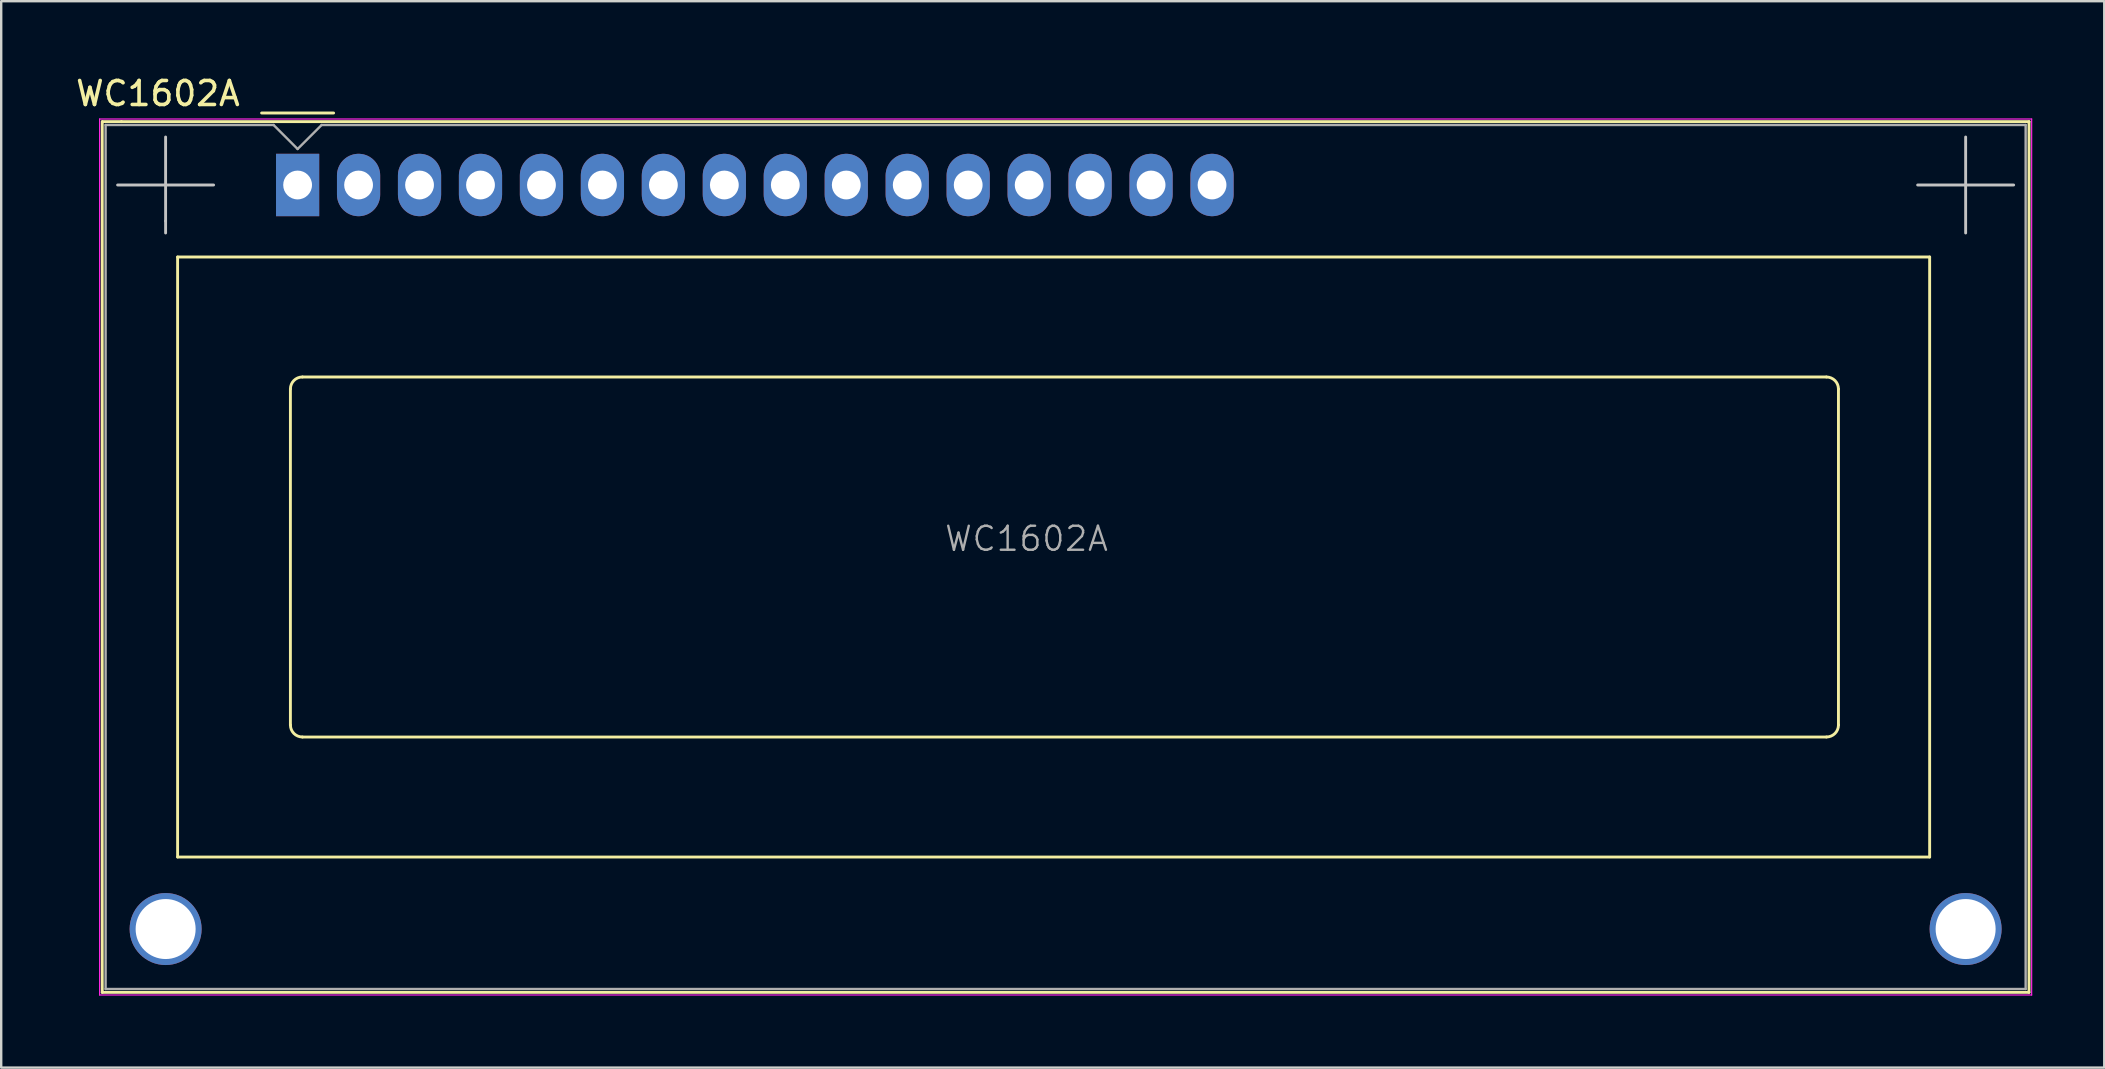
<source format=kicad_pcb>
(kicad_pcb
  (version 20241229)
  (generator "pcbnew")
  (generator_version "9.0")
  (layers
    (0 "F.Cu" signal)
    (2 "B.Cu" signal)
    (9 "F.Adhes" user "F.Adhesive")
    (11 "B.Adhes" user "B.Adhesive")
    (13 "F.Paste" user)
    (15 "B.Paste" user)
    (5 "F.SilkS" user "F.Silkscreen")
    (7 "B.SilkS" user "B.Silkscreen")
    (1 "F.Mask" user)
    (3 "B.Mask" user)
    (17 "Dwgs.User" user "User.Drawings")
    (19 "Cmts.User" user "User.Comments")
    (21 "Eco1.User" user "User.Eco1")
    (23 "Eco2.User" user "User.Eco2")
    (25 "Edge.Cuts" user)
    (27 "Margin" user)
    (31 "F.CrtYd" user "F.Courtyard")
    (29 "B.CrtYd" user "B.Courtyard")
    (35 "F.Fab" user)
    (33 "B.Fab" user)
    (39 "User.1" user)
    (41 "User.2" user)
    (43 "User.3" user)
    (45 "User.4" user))
  (footprint "WC1602A"
    (layer "F.Cu")
    (at 9.35 4.658)
    (property "Reference" "WC1602A" (at -5.82 -3.81 0) (layer "F.SilkS") (effects (font (size 1 1) (thickness 0.15))))
    (attr through_hole)
    (fp_line (start -8.14 -2.64) (end -8.14 33.64) (stroke (width 0.12) (type solid)) (layer "F.SilkS"))
    (fp_line (start -8.14 33.64) (end 72.14 33.64) (stroke (width 0.12) (type solid)) (layer "F.SilkS"))
    (fp_line (start -8.13 -2.64) (end -7.34 -2.64) (stroke (width 0.12) (type solid)) (layer "F.SilkS"))
    (fp_line (start -5 3) (end 68 3) (stroke (width 0.12) (type solid)) (layer "F.SilkS"))
    (fp_line (start -5 28) (end -5 3) (stroke (width 0.12) (type solid)) (layer "F.SilkS"))
    (fp_line (start -1.5 -3) (end 1.5 -3) (stroke (width 0.12) (type solid)) (layer "F.SilkS"))
    (fp_line (start -0.3 22.499) (end -0.3 8.5) (stroke (width 0.12) (type solid)) (layer "F.SilkS"))
    (fp_line (start 0.2 8) (end 63.7 8) (stroke (width 0.12) (type solid)) (layer "F.SilkS"))
    (fp_line (start 63.701 23) (end 0.2 23) (stroke (width 0.12) (type solid)) (layer "F.SilkS"))
    (fp_line (start 64.2 8.5) (end 64.2 22.5) (stroke (width 0.12) (type solid)) (layer "F.SilkS"))
    (fp_line (start 68 3) (end 68 28) (stroke (width 0.12) (type solid)) (layer "F.SilkS"))
    (fp_line (start 68 28) (end -5 28) (stroke (width 0.12) (type solid)) (layer "F.SilkS"))
    (fp_line (start 72.14 -2.64) (end -7.34 -2.64) (stroke (width 0.12) (type solid)) (layer "F.SilkS"))
    (fp_line (start 72.14 33.64) (end 72.14 -2.64) (stroke (width 0.12) (type solid)) (layer "F.SilkS"))
    (fp_arc (start -0.29972 8.49884) (mid -0.153162 8.145018) (end 0.20066 7.99846) (stroke (width 0.12) (type solid)) (layer "F.SilkS"))
    (fp_arc (start 0.20066 22.9997) (mid -0.153162 22.853142) (end -0.29972 22.49932) (stroke (width 0.12) (type solid)) (layer "F.SilkS"))
    (fp_arc (start 63.7 8) (mid 64.053553 8.146447) (end 64.2 8.5) (stroke (width 0.12) (type solid)) (layer "F.SilkS"))
    (fp_arc (start 64.20104 22.49932) (mid 64.054482 22.853142) (end 63.70066 22.9997) (stroke (width 0.12) (type solid)) (layer "F.SilkS"))
    (fp_line (start -7.5 0) (end -3.5 0) (stroke (width 0.12) (type solid)) (layer "Dwgs.User"))
    (fp_line (start -5.5 -2) (end -5.5 1.5) (stroke (width 0.12) (type solid)) (layer "Dwgs.User"))
    (fp_line (start -5.5 1.5) (end -5.5 2) (stroke (width 0.12) (type solid)) (layer "Dwgs.User"))
    (fp_line (start 67.5 0) (end 71.5 0) (stroke (width 0.12) (type solid)) (layer "Dwgs.User"))
    (fp_line (start 69.5 -2) (end 69.5 2) (stroke (width 0.12) (type solid)) (layer "Dwgs.User"))
    (fp_line (start -8.25 -2.75) (end -8.25 33.75) (stroke (width 0.05) (type solid)) (layer "F.CrtYd"))
    (fp_line (start -8.25 -2.75) (end 72.25 -2.75) (stroke (width 0.05) (type solid)) (layer "F.CrtYd"))
    (fp_line (start -8.25 33.75) (end 72.25 33.75) (stroke (width 0.05) (type solid)) (layer "F.CrtYd"))
    (fp_line (start 72.25 -2.75) (end 72.25 33.75) (stroke (width 0.05) (type solid)) (layer "F.CrtYd"))
    (fp_line (start -8 33.5) (end -8 -2.5) (stroke (width 0.1) (type solid)) (layer "F.Fab"))
    (fp_line (start -1 -2.5) (end -8 -2.5) (stroke (width 0.1) (type solid)) (layer "F.Fab"))
    (fp_line (start 0 -1.5) (end -1 -2.5) (stroke (width 0.1) (type solid)) (layer "F.Fab"))
    (fp_line (start 1 -2.5) (end 0 -1.5) (stroke (width 0.1) (type solid)) (layer "F.Fab"))
    (fp_line (start 1 -2.5) (end 72 -2.5) (stroke (width 0.1) (type solid)) (layer "F.Fab"))
    (fp_line (start 72 -2.5) (end 72 33.5) (stroke (width 0.1) (type solid)) (layer "F.Fab"))
    (fp_line (start 72 33.5) (end -8 33.5) (stroke (width 0.1) (type solid)) (layer "F.Fab"))
    (fp_text user "${REFERENCE}" (at 30.37 14.74 0) (layer "F.Fab") (effects (font (size 1 1) (thickness 0.1))))
    (pad "" thru_hole circle (at -5.499 31.001) (size 3 3) (drill 2.5) (layers "*.Cu" "*.Mask"))
    (pad "" thru_hole circle (at 69.499 31.001) (size 3 3) (drill 2.5) (layers "*.Cu" "*.Mask"))
    (pad "1" thru_hole rect (at 0 0) (size 1.8 2.6) (drill 1.2) (layers "*.Cu" "*.Mask"))
    (pad "2" thru_hole oval (at 2.54 0) (size 1.8 2.6) (drill 1.2) (layers "*.Cu" "*.Mask"))
    (pad "3" thru_hole oval (at 5.08 0) (size 1.8 2.6) (drill 1.2) (layers "*.Cu" "*.Mask"))
    (pad "4" thru_hole oval (at 7.62 0) (size 1.8 2.6) (drill 1.2) (layers "*.Cu" "*.Mask"))
    (pad "5" thru_hole oval (at 10.16 0) (size 1.8 2.6) (drill 1.2) (layers "*.Cu" "*.Mask"))
    (pad "6" thru_hole oval (at 12.7 0) (size 1.8 2.6) (drill 1.2) (layers "*.Cu" "*.Mask"))
    (pad "7" thru_hole oval (at 15.24 0) (size 1.8 2.6) (drill 1.2) (layers "*.Cu" "*.Mask"))
    (pad "8" thru_hole oval (at 17.78 0) (size 1.8 2.6) (drill 1.2) (layers "*.Cu" "*.Mask"))
    (pad "9" thru_hole oval (at 20.32 0) (size 1.8 2.6) (drill 1.2) (layers "*.Cu" "*.Mask"))
    (pad "10" thru_hole oval (at 22.86 0) (size 1.8 2.6) (drill 1.2) (layers "*.Cu" "*.Mask"))
    (pad "11" thru_hole oval (at 25.4 0) (size 1.8 2.6) (drill 1.2) (layers "*.Cu" "*.Mask"))
    (pad "12" thru_hole oval (at 27.94 0) (size 1.8 2.6) (drill 1.2) (layers "*.Cu" "*.Mask"))
    (pad "13" thru_hole oval (at 30.48 0) (size 1.8 2.6) (drill 1.2) (layers "*.Cu" "*.Mask"))
    (pad "14" thru_hole oval (at 33.02 0) (size 1.8 2.6) (drill 1.2) (layers "*.Cu" "*.Mask"))
    (pad "15" thru_hole oval (at 35.56 0) (size 1.8 2.6) (drill 1.2) (layers "*.Cu" "*.Mask"))
    (pad "16" thru_hole oval (at 38.1 0) (size 1.8 2.6) (drill 1.2) (layers "*.Cu" "*.Mask")))
  (gr_rect
    (start -3 -3)
    (end 84.625 41.433)
    (stroke (width 0.1) (type default))
    (fill no)
    (layer "Edge.Cuts")))
</source>
